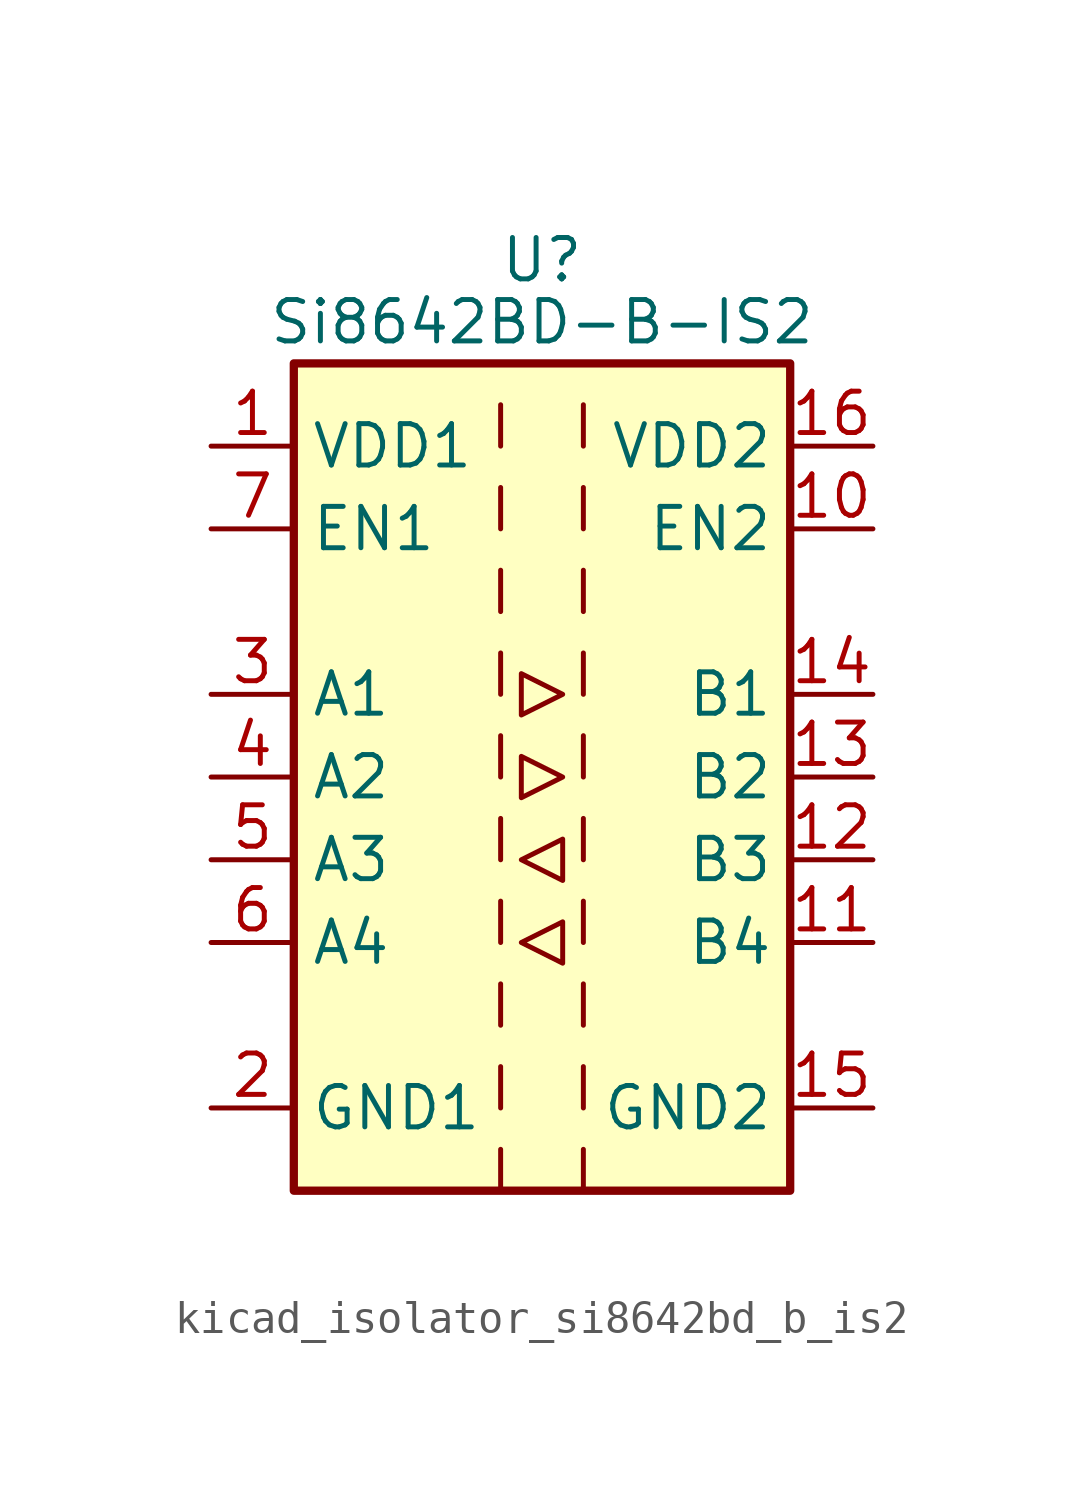
<source format=kicad_sym>
(kicad_symbol_lib
  (version 20220914)
  (generator kicad_symbol_editor)
  (symbol "kicad_isolator_si8642bd_b_is2"
    (property "Reference" "U"
      (at 0 15.875 0)
      (effects (font (size 1.27 1.27))))
    (property "Value" "Si8642BD-B-IS2"
      (at 0 13.97 0)
      (effects (font (size 1.27 1.27))))
    (symbol "kicad_isolator_si8642bd_b_is2_0_1"
      (rectangle (start -7.62 12.7) (end 7.62 -12.7) (stroke (width 0.254) (type default)) (fill (type background)))
      (polyline (pts (xy -1.27 -11.43) (xy -1.27 -12.7)) (stroke (width 0) (type default)) (fill (type none)))
      (polyline (pts (xy -1.27 -8.89) (xy -1.27 -10.16)) (stroke (width 0) (type default)) (fill (type none)))
      (polyline (pts (xy -1.27 -6.35) (xy -1.27 -7.62)) (stroke (width 0) (type default)) (fill (type none)))
      (polyline (pts (xy -1.27 -3.81) (xy -1.27 -5.08)) (stroke (width 0) (type default)) (fill (type none)))
      (polyline (pts (xy -1.27 -1.27) (xy -1.27 -2.54)) (stroke (width 0) (type default)) (fill (type none)))
      (polyline (pts (xy -1.27 1.27) (xy -1.27 0)) (stroke (width 0) (type default)) (fill (type none)))
      (polyline (pts (xy -1.27 3.81) (xy -1.27 2.54)) (stroke (width 0) (type default)) (fill (type none)))
      (polyline (pts (xy -1.27 6.35) (xy -1.27 5.08)) (stroke (width 0) (type default)) (fill (type none)))
      (polyline (pts (xy -1.27 8.89) (xy -1.27 7.62)) (stroke (width 0) (type default)) (fill (type none)))
      (polyline (pts (xy -1.27 11.43) (xy -1.27 10.16)) (stroke (width 0) (type default)) (fill (type none)))
      (polyline (pts (xy 1.27 -11.43) (xy 1.27 -12.7)) (stroke (width 0) (type default)) (fill (type none)))
      (polyline (pts (xy 1.27 -8.89) (xy 1.27 -10.16)) (stroke (width 0) (type default)) (fill (type none)))
      (polyline (pts (xy 1.27 -6.35) (xy 1.27 -7.62)) (stroke (width 0) (type default)) (fill (type none)))
      (polyline (pts (xy 1.27 -3.81) (xy 1.27 -5.08)) (stroke (width 0) (type default)) (fill (type none)))
      (polyline (pts (xy 1.27 -1.27) (xy 1.27 -2.54)) (stroke (width 0) (type default)) (fill (type none)))
      (polyline (pts (xy 1.27 1.27) (xy 1.27 0)) (stroke (width 0) (type default)) (fill (type none)))
      (polyline (pts (xy 1.27 3.81) (xy 1.27 2.54)) (stroke (width 0) (type default)) (fill (type none)))
      (polyline (pts (xy 1.27 6.35) (xy 1.27 5.08)) (stroke (width 0) (type default)) (fill (type none)))
      (polyline (pts (xy 1.27 8.89) (xy 1.27 7.62)) (stroke (width 0) (type default)) (fill (type none)))
      (polyline (pts (xy 1.27 11.43) (xy 1.27 10.16)) (stroke (width 0) (type default)) (fill (type none)))
      (polyline (pts (xy -0.635 -5.08) (xy 0.635 -4.445) (xy 0.635 -5.715) (xy -0.635 -5.08)) (stroke (width 0) (type default)) (fill (type none)))
      (polyline (pts (xy -0.635 -2.54) (xy 0.635 -1.905) (xy 0.635 -3.175) (xy -0.635 -2.54)) (stroke (width 0) (type default)) (fill (type none)))
      (polyline (pts (xy -0.635 0.635) (xy -0.635 -0.635) (xy 0.635 0) (xy -0.635 0.635)) (stroke (width 0) (type default)) (fill (type none)))
      (polyline (pts (xy -0.635 3.175) (xy -0.635 1.905) (xy 0.635 2.54) (xy -0.635 3.175)) (stroke (width 0) (type default)) (fill (type none))))
    (symbol "kicad_isolator_si8642bd_b_is2_1_1"
      (pin power_in line (at -10.16 10.16 0) (length 2.54) (name "VDD1" (effects (font (size 1.27 1.27)))) (number "1" (effects (font (size 1.27 1.27)))))
      (pin input line (at 10.16 7.62 180) (length 2.54) (name "EN2" (effects (font (size 1.27 1.27)))) (number "10" (effects (font (size 1.27 1.27)))))
      (pin input line (at 10.16 -5.08 180) (length 2.54) (name "B4" (effects (font (size 1.27 1.27)))) (number "11" (effects (font (size 1.27 1.27)))))
      (pin input line (at 10.16 -2.54 180) (length 2.54) (name "B3" (effects (font (size 1.27 1.27)))) (number "12" (effects (font (size 1.27 1.27)))))
      (pin output line (at 10.16 0 180) (length 2.54) (name "B2" (effects (font (size 1.27 1.27)))) (number "13" (effects (font (size 1.27 1.27)))))
      (pin output line (at 10.16 2.54 180) (length 2.54) (name "B1" (effects (font (size 1.27 1.27)))) (number "14" (effects (font (size 1.27 1.27)))))
      (pin power_in line (at 10.16 -10.16 180) (length 2.54) (name "GND2" (effects (font (size 1.27 1.27)))) (number "15" (effects (font (size 1.27 1.27)))))
      (pin power_in line (at 10.16 10.16 180) (length 2.54) (name "VDD2" (effects (font (size 1.27 1.27)))) (number "16" (effects (font (size 1.27 1.27)))))
      (pin power_in line (at -10.16 -10.16 0) (length 2.54) (name "GND1" (effects (font (size 1.27 1.27)))) (number "2" (effects (font (size 1.27 1.27)))))
      (pin input line (at -10.16 2.54 0) (length 2.54) (name "A1" (effects (font (size 1.27 1.27)))) (number "3" (effects (font (size 1.27 1.27)))))
      (pin input line (at -10.16 0 0) (length 2.54) (name "A2" (effects (font (size 1.27 1.27)))) (number "4" (effects (font (size 1.27 1.27)))))
      (pin output line (at -10.16 -2.54 0) (length 2.54) (name "A3" (effects (font (size 1.27 1.27)))) (number "5" (effects (font (size 1.27 1.27)))))
      (pin output line (at -10.16 -5.08 0) (length 2.54) (name "A4" (effects (font (size 1.27 1.27)))) (number "6" (effects (font (size 1.27 1.27)))))
      (pin input line (at -10.16 7.62 0) (length 2.54) (name "EN1" (effects (font (size 1.27 1.27)))) (number "7" (effects (font (size 1.27 1.27)))))
      (pin passive line (at -10.16 -10.16 0) (length 2.54) hide (name "GND1" (effects (font (size 1.27 1.27)))) (number "8" (effects (font (size 1.27 1.27)))))
      (pin passive line (at 10.16 -10.16 180) (length 2.54) hide (name "GND2" (effects (font (size 1.27 1.27)))) (number "9" (effects (font (size 1.27 1.27))))))))
</source>
